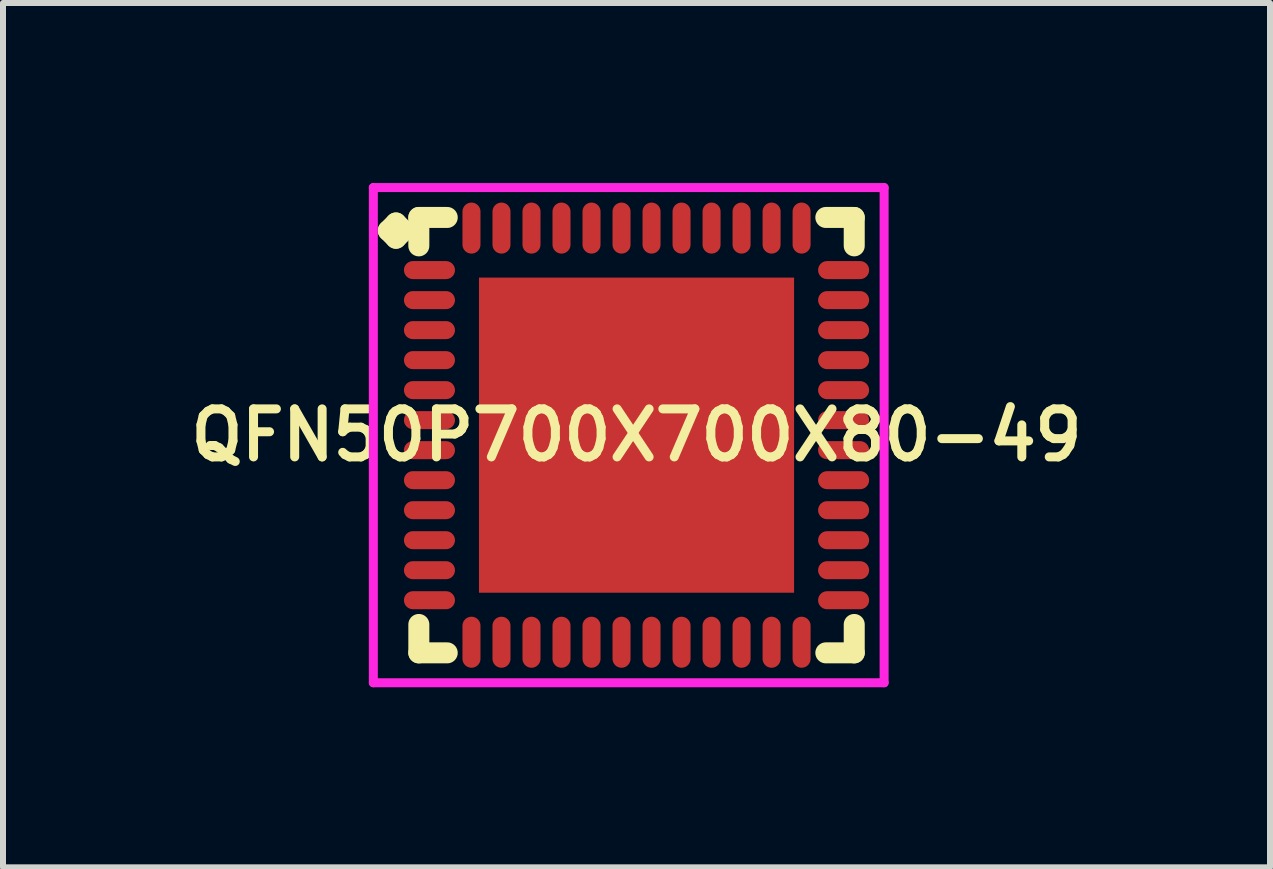
<source format=kicad_pcb>
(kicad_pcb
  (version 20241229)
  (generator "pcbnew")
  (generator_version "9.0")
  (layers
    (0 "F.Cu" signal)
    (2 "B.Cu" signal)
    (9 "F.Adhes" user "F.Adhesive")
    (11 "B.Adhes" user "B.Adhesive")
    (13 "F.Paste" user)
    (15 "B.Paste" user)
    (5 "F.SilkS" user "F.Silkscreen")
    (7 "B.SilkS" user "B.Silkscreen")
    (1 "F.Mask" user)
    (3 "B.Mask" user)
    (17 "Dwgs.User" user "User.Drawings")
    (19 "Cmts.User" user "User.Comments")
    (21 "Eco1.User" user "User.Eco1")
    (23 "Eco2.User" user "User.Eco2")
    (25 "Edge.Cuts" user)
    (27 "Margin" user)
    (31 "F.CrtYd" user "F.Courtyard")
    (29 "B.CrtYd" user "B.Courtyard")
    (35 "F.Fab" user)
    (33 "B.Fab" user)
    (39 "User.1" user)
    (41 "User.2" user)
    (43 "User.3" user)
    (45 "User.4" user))
  (footprint "QFN50P700X700X80-49"
    (layer "F.Cu")
    (at 7.555 4.2)
    (property "Reference" "QFN50P700X700X80-49" (at 0 0 0) (layer "F.SilkS") (effects (font (size 0.8 0.8) (thickness 0.15))))
    (attr smd)
    (fp_line (start -4.135 -3.408) (end -4.008 -3.535) (stroke (width 0.35) (type solid)) (layer "F.SilkS"))
    (fp_line (start -4.008 -3.535) (end -3.881 -3.408) (stroke (width 0.35) (type solid)) (layer "F.SilkS"))
    (fp_line (start -4.008 -3.281) (end -4.135 -3.408) (stroke (width 0.35) (type solid)) (layer "F.SilkS"))
    (fp_line (start -3.881 -3.408) (end -4.008 -3.281) (stroke (width 0.35) (type solid)) (layer "F.SilkS"))
    (fp_line (start -3.627 -3.627) (end -3.154 -3.627) (stroke (width 0.35) (type solid)) (layer "F.SilkS"))
    (fp_line (start -3.627 -3.154) (end -3.627 -3.627) (stroke (width 0.35) (type solid)) (layer "F.SilkS"))
    (fp_line (start -3.627 3.154) (end -3.627 3.627) (stroke (width 0.35) (type solid)) (layer "F.SilkS"))
    (fp_line (start -3.627 3.627) (end -3.154 3.627) (stroke (width 0.35) (type solid)) (layer "F.SilkS"))
    (fp_line (start 3.154 -3.627) (end 3.627 -3.627) (stroke (width 0.35) (type solid)) (layer "F.SilkS"))
    (fp_line (start 3.154 3.627) (end 3.627 3.627) (stroke (width 0.35) (type solid)) (layer "F.SilkS"))
    (fp_line (start 3.627 -3.627) (end 3.627 -3.154) (stroke (width 0.35) (type solid)) (layer "F.SilkS"))
    (fp_line (start 3.627 3.627) (end 3.627 3.154) (stroke (width 0.35) (type solid)) (layer "F.SilkS"))
    (fp_line (start -4.385 -4.125) (end 4.125 -4.125) (stroke (width 0.15) (type solid)) (layer "F.CrtYd"))
    (fp_line (start -4.385 4.125) (end -4.385 -4.125) (stroke (width 0.15) (type solid)) (layer "F.CrtYd"))
    (fp_line (start 4.125 -4.125) (end 4.125 4.125) (stroke (width 0.15) (type solid)) (layer "F.CrtYd"))
    (fp_line (start 4.125 4.125) (end -4.385 4.125) (stroke (width 0.15) (type solid)) (layer "F.CrtYd"))
    (pad "1" smd oval (at -3.45 -2.75) (size 0.85 0.3) (layers "F.Cu" "F.Mask" "F.Paste"))
    (pad "2" smd oval (at -3.45 -2.25) (size 0.85 0.3) (layers "F.Cu" "F.Mask" "F.Paste"))
    (pad "3" smd oval (at -3.45 -1.75) (size 0.85 0.3) (layers "F.Cu" "F.Mask" "F.Paste"))
    (pad "4" smd oval (at -3.45 -1.25) (size 0.85 0.3) (layers "F.Cu" "F.Mask" "F.Paste"))
    (pad "5" smd oval (at -3.45 -0.75) (size 0.85 0.3) (layers "F.Cu" "F.Mask" "F.Paste"))
    (pad "6" smd oval (at -3.45 -0.25) (size 0.85 0.3) (layers "F.Cu" "F.Mask" "F.Paste"))
    (pad "7" smd oval (at -3.45 0.25) (size 0.85 0.3) (layers "F.Cu" "F.Mask" "F.Paste"))
    (pad "8" smd oval (at -3.45 0.75) (size 0.85 0.3) (layers "F.Cu" "F.Mask" "F.Paste"))
    (pad "9" smd oval (at -3.45 1.25) (size 0.85 0.3) (layers "F.Cu" "F.Mask" "F.Paste"))
    (pad "10" smd oval (at -3.45 1.75) (size 0.85 0.3) (layers "F.Cu" "F.Mask" "F.Paste"))
    (pad "11" smd oval (at -3.45 2.25) (size 0.85 0.3) (layers "F.Cu" "F.Mask" "F.Paste"))
    (pad "12" smd oval (at -3.45 2.75) (size 0.85 0.3) (layers "F.Cu" "F.Mask" "F.Paste"))
    (pad "13" smd oval (at -2.75 3.45) (size 0.3 0.85) (layers "F.Cu" "F.Mask" "F.Paste"))
    (pad "14" smd oval (at -2.25 3.45) (size 0.3 0.85) (layers "F.Cu" "F.Mask" "F.Paste"))
    (pad "15" smd oval (at -1.75 3.45) (size 0.3 0.85) (layers "F.Cu" "F.Mask" "F.Paste"))
    (pad "16" smd oval (at -1.25 3.45) (size 0.3 0.85) (layers "F.Cu" "F.Mask" "F.Paste"))
    (pad "17" smd oval (at -0.75 3.45) (size 0.3 0.85) (layers "F.Cu" "F.Mask" "F.Paste"))
    (pad "18" smd oval (at -0.25 3.45) (size 0.3 0.85) (layers "F.Cu" "F.Mask" "F.Paste"))
    (pad "19" smd oval (at 0.25 3.45) (size 0.3 0.85) (layers "F.Cu" "F.Mask" "F.Paste"))
    (pad "20" smd oval (at 0.75 3.45) (size 0.3 0.85) (layers "F.Cu" "F.Mask" "F.Paste"))
    (pad "21" smd oval (at 1.25 3.45) (size 0.3 0.85) (layers "F.Cu" "F.Mask" "F.Paste"))
    (pad "22" smd oval (at 1.75 3.45) (size 0.3 0.85) (layers "F.Cu" "F.Mask" "F.Paste"))
    (pad "23" smd oval (at 2.25 3.45) (size 0.3 0.85) (layers "F.Cu" "F.Mask" "F.Paste"))
    (pad "24" smd oval (at 2.75 3.45) (size 0.3 0.85) (layers "F.Cu" "F.Mask" "F.Paste"))
    (pad "25" smd oval (at 3.45 2.75) (size 0.85 0.3) (layers "F.Cu" "F.Mask" "F.Paste"))
    (pad "26" smd oval (at 3.45 2.25) (size 0.85 0.3) (layers "F.Cu" "F.Mask" "F.Paste"))
    (pad "27" smd oval (at 3.45 1.75) (size 0.85 0.3) (layers "F.Cu" "F.Mask" "F.Paste"))
    (pad "28" smd oval (at 3.45 1.25) (size 0.85 0.3) (layers "F.Cu" "F.Mask" "F.Paste"))
    (pad "29" smd oval (at 3.45 0.75) (size 0.85 0.3) (layers "F.Cu" "F.Mask" "F.Paste"))
    (pad "30" smd oval (at 3.45 0.25) (size 0.85 0.3) (layers "F.Cu" "F.Mask" "F.Paste"))
    (pad "31" smd oval (at 3.45 -0.25) (size 0.85 0.3) (layers "F.Cu" "F.Mask" "F.Paste"))
    (pad "32" smd oval (at 3.45 -0.75) (size 0.85 0.3) (layers "F.Cu" "F.Mask" "F.Paste"))
    (pad "33" smd oval (at 3.45 -1.25) (size 0.85 0.3) (layers "F.Cu" "F.Mask" "F.Paste"))
    (pad "34" smd oval (at 3.45 -1.75) (size 0.85 0.3) (layers "F.Cu" "F.Mask" "F.Paste"))
    (pad "35" smd oval (at 3.45 -2.25) (size 0.85 0.3) (layers "F.Cu" "F.Mask" "F.Paste"))
    (pad "36" smd oval (at 3.45 -2.75) (size 0.85 0.3) (layers "F.Cu" "F.Mask" "F.Paste"))
    (pad "37" smd oval (at 2.75 -3.45) (size 0.3 0.85) (layers "F.Cu" "F.Mask" "F.Paste"))
    (pad "38" smd oval (at 2.25 -3.45) (size 0.3 0.85) (layers "F.Cu" "F.Mask" "F.Paste"))
    (pad "39" smd oval (at 1.75 -3.45) (size 0.3 0.85) (layers "F.Cu" "F.Mask" "F.Paste"))
    (pad "40" smd oval (at 1.25 -3.45) (size 0.3 0.85) (layers "F.Cu" "F.Mask" "F.Paste"))
    (pad "41" smd oval (at 0.75 -3.45) (size 0.3 0.85) (layers "F.Cu" "F.Mask" "F.Paste"))
    (pad "42" smd oval (at 0.25 -3.45) (size 0.3 0.85) (layers "F.Cu" "F.Mask" "F.Paste"))
    (pad "43" smd oval (at -0.25 -3.45) (size 0.3 0.85) (layers "F.Cu" "F.Mask" "F.Paste"))
    (pad "44" smd oval (at -0.75 -3.45) (size 0.3 0.85) (layers "F.Cu" "F.Mask" "F.Paste"))
    (pad "45" smd oval (at -1.25 -3.45) (size 0.3 0.85) (layers "F.Cu" "F.Mask" "F.Paste"))
    (pad "46" smd oval (at -1.75 -3.45) (size 0.3 0.85) (layers "F.Cu" "F.Mask" "F.Paste"))
    (pad "47" smd oval (at -2.25 -3.45) (size 0.3 0.85) (layers "F.Cu" "F.Mask" "F.Paste"))
    (pad "48" smd oval (at -2.75 -3.45) (size 0.3 0.85) (layers "F.Cu" "F.Mask" "F.Paste"))
    (pad "49" smd rect (at 0 0) (size 5.25 5.25) (layers "F.Cu" "F.Mask" "F.Paste")))
  (gr_rect
    (start -3 -3)
    (end 18.109 11.4)
    (stroke (width 0.1) (type default))
    (fill no)
    (layer "Edge.Cuts")))
</source>
